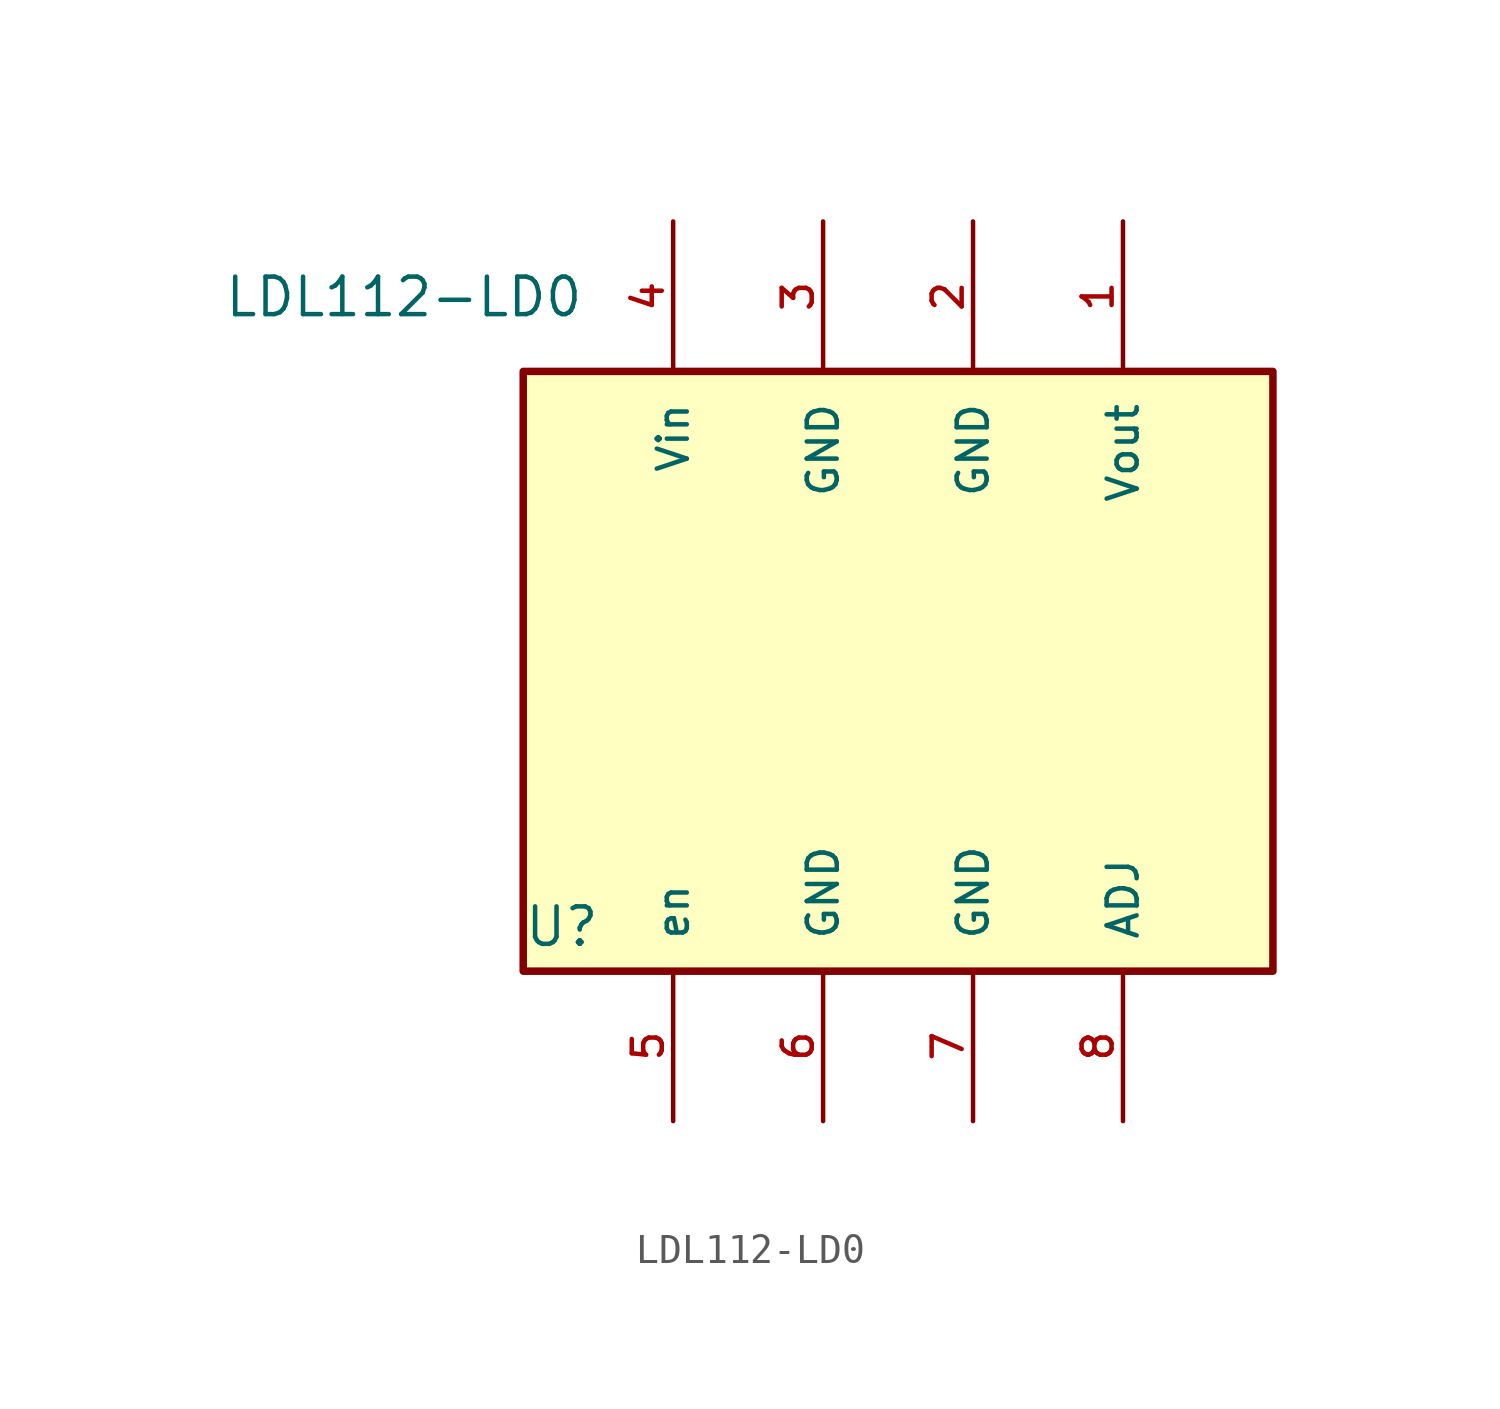
<source format=kicad_sym>
(kicad_symbol_lib
  (version 20241209)
  (generator "kicad_symbol_editor")
  (generator_version "9.0")
  (symbol "LDL112-LD0"
    (pin_names
      (offset 1.016))
    (property "Reference" "U"
      (at -13.97 2.032 0)
      (effects (font (size 1.27 1.27)) (justify left bottom)))
    (property "Value" "LDL112-LD0"
      (at -24.13 23.368 0)
      (effects (font (size 1.27 1.27)) (justify left bottom)))
    (symbol "LDL112-LD0_0_0"
      (rectangle (start -13.97 21.59) (end 11.43 1.27) (stroke (width 0.254) (type default)) (fill (type background))))
    (symbol "LDL112-LD0_1_0"
      (pin bidirectional line (at -8.89 26.67 270) (length 5.08) (name "Vin" (effects (font (size 1.016 1.016)))) (number "4" (effects (font (size 1.016 1.016)))))
      (pin bidirectional line (at -8.89 -3.81 90) (length 5.08) (name "en" (effects (font (size 1.016 1.016)))) (number "5" (effects (font (size 1.016 1.016)))))
      (pin bidirectional line (at -3.81 26.67 270) (length 5.08) (name "GND" (effects (font (size 1.016 1.016)))) (number "3" (effects (font (size 1.016 1.016)))))
      (pin bidirectional line (at -3.81 -3.81 90) (length 5.08) (name "GND" (effects (font (size 1.016 1.016)))) (number "6" (effects (font (size 1.016 1.016)))))
      (pin bidirectional line (at 1.27 -3.81 90) (length 5.08) (name "GND" (effects (font (size 1.016 1.016)))) (number "7" (effects (font (size 1.016 1.016)))))
      (pin bidirectional line (at 6.35 26.67 270) (length 5.08) (name "Vout" (effects (font (size 1.016 1.016)))) (number "1" (effects (font (size 1.016 1.016)))))
      (pin bidirectional line (at 6.35 -3.81 90) (length 5.08) (name "ADJ" (effects (font (size 1.016 1.016)))) (number "8" (effects (font (size 1.016 1.016))))))
    (symbol "LDL112-LD0_1_1"
      (pin bidirectional line (at 1.27 26.67 270) (length 5.08) (name "GND" (effects (font (size 1.016 1.016)))) (number "2" (effects (font (size 1.016 1.016))))))))
</source>
